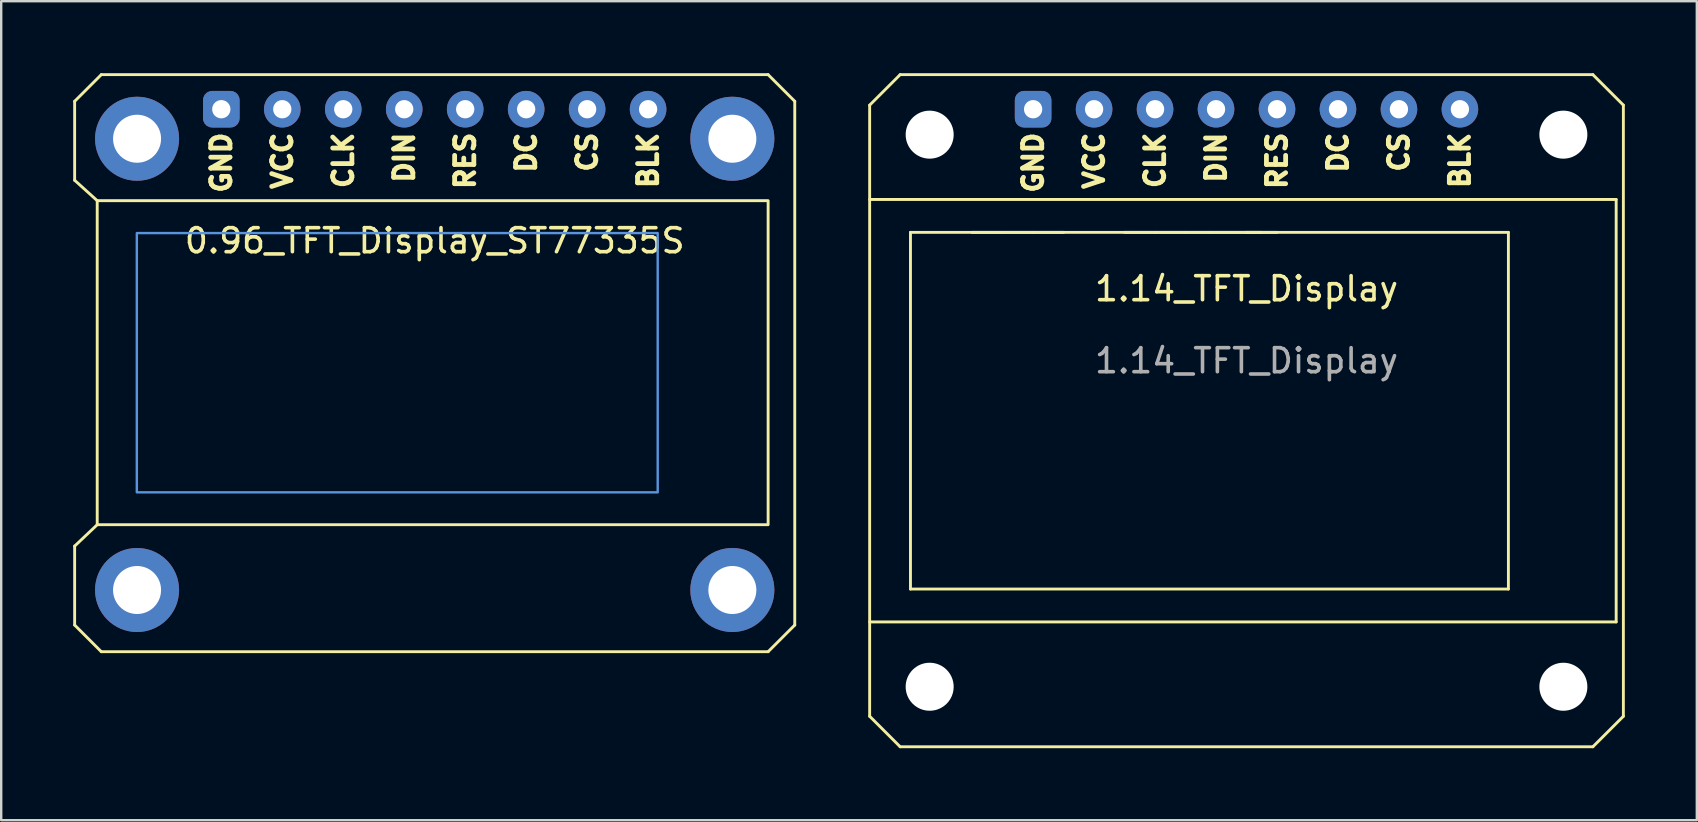
<source format=kicad_pcb>
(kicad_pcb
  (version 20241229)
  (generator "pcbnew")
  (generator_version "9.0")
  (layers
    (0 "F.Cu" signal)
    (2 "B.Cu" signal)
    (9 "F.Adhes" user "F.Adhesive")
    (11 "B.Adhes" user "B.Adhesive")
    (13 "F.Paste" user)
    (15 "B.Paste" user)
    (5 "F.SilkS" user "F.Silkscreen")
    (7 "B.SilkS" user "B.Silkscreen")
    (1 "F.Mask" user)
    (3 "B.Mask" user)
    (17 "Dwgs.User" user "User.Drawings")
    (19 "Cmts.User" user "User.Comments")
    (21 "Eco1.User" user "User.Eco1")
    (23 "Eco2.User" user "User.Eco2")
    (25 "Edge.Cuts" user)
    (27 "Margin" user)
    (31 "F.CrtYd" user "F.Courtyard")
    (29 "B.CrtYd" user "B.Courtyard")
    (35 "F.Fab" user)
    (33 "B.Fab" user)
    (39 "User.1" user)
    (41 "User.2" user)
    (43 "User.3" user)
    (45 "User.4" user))
  (footprint "0.96_TFT_Display_ST77335S"
    (layer "F.Cu")
    (at 15.06 12.06)
    (property "Reference" "0.96_TFT_Display_ST77335S" (at 0 -5.08 0) (unlocked yes) (layer "F.SilkS") (effects (font (size 1 1) (thickness 0.15))))
    (attr through_hole)
    (fp_line (start -15 -10.89) (end -13.89 -12) (stroke (width 0.12) (type solid)) (layer "F.SilkS"))
    (fp_line (start -15 -7.6) (end -15 -10.89) (stroke (width 0.12) (type solid)) (layer "F.SilkS"))
    (fp_line (start -15 -7.6) (end -14.06 -6.75) (stroke (width 0.12) (type solid)) (layer "F.SilkS"))
    (fp_line (start -15 10.93) (end -15 7.64) (stroke (width 0.12) (type solid)) (layer "F.SilkS"))
    (fp_line (start -15 10.93) (end -13.89 12.04) (stroke (width 0.12) (type solid)) (layer "F.SilkS"))
    (fp_line (start -14.06 6.75) (end -15 7.64) (stroke (width 0.12) (type solid)) (layer "F.SilkS"))
    (fp_line (start 13.89 -12) (end -13.89 -12) (stroke (width 0.12) (type solid)) (layer "F.SilkS"))
    (fp_line (start 13.89 12.04) (end -13.89 12.04) (stroke (width 0.12) (type solid)) (layer "F.SilkS"))
    (fp_line (start 15 -10.89) (end 13.89 -12) (stroke (width 0.12) (type solid)) (layer "F.SilkS"))
    (fp_line (start 15 10.93) (end 13.89 12.04) (stroke (width 0.12) (type solid)) (layer "F.SilkS"))
    (fp_line (start 15 10.93) (end 15 -10.89) (stroke (width 0.12) (type solid)) (layer "F.SilkS"))
    (fp_rect (start -14.06 6.75) (end 13.89 -6.75) (stroke (width 0.12) (type solid)) (fill no) (layer "F.SilkS"))
    (fp_rect (start -12.41 -5.4) (end 9.29 5.4) (stroke (width 0.1) (type default)) (fill no) (layer "Cmts.User"))
    (fp_text user "RES" (at 1.27 -9.684 90) (unlocked yes) (layer "F.SilkS") (effects (font (size 0.8 0.8) (thickness 0.2)) (justify right)))
    (fp_text user "VCC" (at -6.35 -9.684 90) (unlocked yes) (layer "F.SilkS") (effects (font (size 0.8 0.8) (thickness 0.2)) (justify right)))
    (fp_text user "DIN" (at -1.27 -9.684 90) (unlocked yes) (layer "F.SilkS") (effects (font (size 0.8 0.8) (thickness 0.2)) (justify right)))
    (fp_text user "DC" (at 3.81 -9.684 90) (unlocked yes) (layer "F.SilkS") (effects (font (size 0.8 0.8) (thickness 0.2)) (justify right)))
    (fp_text user "CLK" (at -3.81 -9.684 90) (unlocked yes) (layer "F.SilkS") (effects (font (size 0.8 0.8) (thickness 0.2)) (justify right)))
    (fp_text user "BLK" (at 8.89 -9.684 90) (unlocked yes) (layer "F.SilkS") (effects (font (size 0.8 0.8) (thickness 0.2)) (justify right)))
    (fp_text user "GND" (at -8.89 -9.684 90) (unlocked yes) (layer "F.SilkS") (effects (font (size 0.8 0.8) (thickness 0.2)) (justify right)))
    (fp_text user "CS" (at 6.35 -9.684 90) (unlocked yes) (layer "F.SilkS") (effects (font (size 0.8 0.8) (thickness 0.2)) (justify right)))
    (pad "" np_thru_hole circle (at -12.4 -9.33) (size 3.5 3.5) (drill 2) (layers "*.Cu" "*.Mask"))
    (pad "" np_thru_hole circle (at -12.4 9.47) (size 3.5 3.5) (drill 2) (layers "*.Cu" "*.Mask"))
    (pad "" np_thru_hole circle (at 12.4 -9.33) (size 3.5 3.5) (drill 2) (layers "*.Cu" "*.Mask"))
    (pad "" np_thru_hole circle (at 12.4 9.47) (size 3.5 3.5) (drill 2) (layers "*.Cu" "*.Mask"))
    (pad "1" thru_hole roundrect (at -8.89 -10.56) (size 1.524 1.524) (drill 0.762) (layers "*.Cu" "*.Mask") (roundrect_rratio 0.25))
    (pad "2" thru_hole circle (at -6.35 -10.56) (size 1.524 1.524) (drill 0.762) (layers "*.Cu" "*.Mask"))
    (pad "3" thru_hole circle (at -3.81 -10.56) (size 1.524 1.524) (drill 0.762) (layers "*.Cu" "*.Mask"))
    (pad "4" thru_hole circle (at -1.27 -10.56) (size 1.524 1.524) (drill 0.762) (layers "*.Cu" "*.Mask"))
    (pad "5" thru_hole circle (at 1.27 -10.56) (size 1.524 1.524) (drill 0.762) (layers "*.Cu" "*.Mask"))
    (pad "6" thru_hole circle (at 3.81 -10.56) (size 1.524 1.524) (drill 0.762) (layers "*.Cu" "*.Mask"))
    (pad "7" thru_hole circle (at 6.35 -10.56) (size 1.524 1.524) (drill 0.762) (layers "*.Cu" "*.Mask"))
    (pad "8" thru_hole circle (at 8.89 -10.56) (size 1.524 1.524) (drill 0.762) (layers "*.Cu" "*.Mask")))
  (footprint "1.14_TFT_Display"
    (layer "F.Cu")
    (at 48.88 14.06)
    (property "Reference" "1.14_TFT_Display" (at 0 -5.08 0) (unlocked yes) (layer "F.SilkS") (effects (font (size 1 1) (thickness 0.15))))
    (attr through_hole)
    (fp_line (start -15.7 -12.73) (end -15.7 12.73) (stroke (width 0.12) (type solid)) (layer "F.SilkS"))
    (fp_line (start -15.7 12.73) (end -14.43 14) (stroke (width 0.12) (type solid)) (layer "F.SilkS"))
    (fp_line (start -14.43 -14) (end -15.7 -12.73) (stroke (width 0.12) (type solid)) (layer "F.SilkS"))
    (fp_line (start -14.43 14) (end 14.43 14) (stroke (width 0.12) (type solid)) (layer "F.SilkS"))
    (fp_line (start -14 -7.43) (end -14 7.43) (stroke (width 0.12) (type solid)) (layer "F.SilkS"))
    (fp_line (start -14 7.43) (end 10.91 7.43) (stroke (width 0.12) (type solid)) (layer "F.SilkS"))
    (fp_line (start -11.43 -7.43) (end -10.16 -7.43) (stroke (width 0.12) (type solid)) (layer "F.SilkS"))
    (fp_line (start -10.16 -7.43) (end -8.89 -7.43) (stroke (width 0.12) (type solid)) (layer "F.SilkS"))
    (fp_line (start -8.89 -7.43) (end -7.62 -7.43) (stroke (width 0.12) (type solid)) (layer "F.SilkS"))
    (fp_line (start -5.08 -7.43) (end -3.81 -7.43) (stroke (width 0.12) (type solid)) (layer "F.SilkS"))
    (fp_line (start -3.81 -7.43) (end -2.54 -7.43) (stroke (width 0.12) (type solid)) (layer "F.SilkS"))
    (fp_line (start -2.54 -7.43) (end -1.545 -7.43) (stroke (width 0.12) (type solid)) (layer "F.SilkS"))
    (fp_line (start -1.545 -7.43) (end 0 -7.43) (stroke (width 0.12) (type solid)) (layer "F.SilkS"))
    (fp_line (start 0 -7.43) (end 0.635 -7.43) (stroke (width 0.12) (type solid)) (layer "F.SilkS"))
    (fp_line (start 0 -7.43) (end 1.27 -7.43) (stroke (width 0.12) (type solid)) (layer "F.SilkS"))
    (fp_line (start 10.91 -7.43) (end -14 -7.43) (stroke (width 0.12) (type solid)) (layer "F.SilkS"))
    (fp_line (start 10.91 -7.43) (end 10.91 7.43) (stroke (width 0.12) (type solid)) (layer "F.SilkS"))
    (fp_line (start 14.43 -14) (end -14.43 -14) (stroke (width 0.12) (type solid)) (layer "F.SilkS"))
    (fp_line (start 14.43 14) (end 15.7 12.73) (stroke (width 0.12) (type solid)) (layer "F.SilkS"))
    (fp_line (start 15.4 -8.8) (end -15.7 -8.8) (stroke (width 0.12) (type solid)) (layer "F.SilkS"))
    (fp_line (start 15.4 -8.8) (end 15.4 8.8) (stroke (width 0.12) (type solid)) (layer "F.SilkS"))
    (fp_line (start 15.4 8.8) (end -15.7 8.8) (stroke (width 0.12) (type solid)) (layer "F.SilkS"))
    (fp_line (start 15.7 -12.73) (end 14.43 -14) (stroke (width 0.12) (type solid)) (layer "F.SilkS"))
    (fp_line (start 15.7 12.73) (end 15.7 -12.73) (stroke (width 0.12) (type solid)) (layer "F.SilkS"))
    (fp_text user "DIN" (at -1.27 -11.684 90) (unlocked yes) (layer "F.SilkS") (effects (font (size 0.8 0.8) (thickness 0.2)) (justify right)))
    (fp_text user "CLK" (at -3.81 -11.684 90) (unlocked yes) (layer "F.SilkS") (effects (font (size 0.8 0.8) (thickness 0.2)) (justify right)))
    (fp_text user "VCC" (at -6.35 -11.684 90) (unlocked yes) (layer "F.SilkS") (effects (font (size 0.8 0.8) (thickness 0.2)) (justify right)))
    (fp_text user "RES" (at 1.27 -11.684 90) (unlocked yes) (layer "F.SilkS") (effects (font (size 0.8 0.8) (thickness 0.2)) (justify right)))
    (fp_text user "BLK" (at 8.89 -11.684 90) (unlocked yes) (layer "F.SilkS") (effects (font (size 0.8 0.8) (thickness 0.2)) (justify right)))
    (fp_text user "GND" (at -8.89 -11.684 90) (unlocked yes) (layer "F.SilkS") (effects (font (size 0.8 0.8) (thickness 0.2)) (justify right)))
    (fp_text user "CS" (at 6.35 -11.684 90) (unlocked yes) (layer "F.SilkS") (effects (font (size 0.8 0.8) (thickness 0.2)) (justify right)))
    (fp_text user "DC" (at 3.81 -11.684 90) (unlocked yes) (layer "F.SilkS") (effects (font (size 0.8 0.8) (thickness 0.2)) (justify right)))
    (fp_text user "${REFERENCE}" (at 0 -2.08 0) (unlocked yes) (layer "F.Fab") (effects (font (size 1 1) (thickness 0.15))))
    (pad "" np_thru_hole circle (at -13.2 -11.5) (size 2 2) (drill 2) (layers "*.Cu" "*.Mask"))
    (pad "" np_thru_hole circle (at -13.2 11.5) (size 2 2) (drill 2) (layers "*.Cu" "*.Mask"))
    (pad "" np_thru_hole circle (at 13.2 -11.5) (size 2 2) (drill 2) (layers "*.Cu" "*.Mask"))
    (pad "" np_thru_hole circle (at 13.2 11.5) (size 2 2) (drill 2) (layers "*.Cu" "*.Mask"))
    (pad "1" thru_hole roundrect (at -8.89 -12.56) (size 1.524 1.524) (drill 0.762) (layers "*.Cu" "*.Mask") (roundrect_rratio 0.25))
    (pad "2" thru_hole circle (at -6.35 -12.56) (size 1.524 1.524) (drill 0.762) (layers "*.Cu" "*.Mask"))
    (pad "3" thru_hole circle (at -3.81 -12.56) (size 1.524 1.524) (drill 0.762) (layers "*.Cu" "*.Mask"))
    (pad "4" thru_hole circle (at -1.27 -12.56) (size 1.524 1.524) (drill 0.762) (layers "*.Cu" "*.Mask"))
    (pad "5" thru_hole circle (at 1.27 -12.56) (size 1.524 1.524) (drill 0.762) (layers "*.Cu" "*.Mask"))
    (pad "6" thru_hole circle (at 3.81 -12.56) (size 1.524 1.524) (drill 0.762) (layers "*.Cu" "*.Mask"))
    (pad "7" thru_hole circle (at 6.35 -12.56) (size 1.524 1.524) (drill 0.762) (layers "*.Cu" "*.Mask"))
    (pad "8" thru_hole circle (at 8.89 -12.56) (size 1.524 1.524) (drill 0.762) (layers "*.Cu" "*.Mask")))
  (gr_rect
    (start -3 -3)
    (end 67.64 31.12)
    (stroke (width 0.1) (type default))
    (fill no)
    (layer "Edge.Cuts")))
</source>
